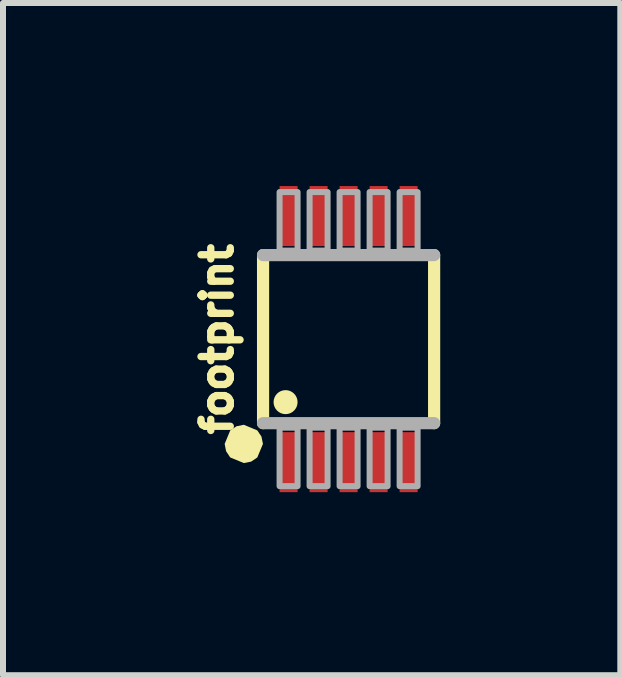
<source format=kicad_pcb>
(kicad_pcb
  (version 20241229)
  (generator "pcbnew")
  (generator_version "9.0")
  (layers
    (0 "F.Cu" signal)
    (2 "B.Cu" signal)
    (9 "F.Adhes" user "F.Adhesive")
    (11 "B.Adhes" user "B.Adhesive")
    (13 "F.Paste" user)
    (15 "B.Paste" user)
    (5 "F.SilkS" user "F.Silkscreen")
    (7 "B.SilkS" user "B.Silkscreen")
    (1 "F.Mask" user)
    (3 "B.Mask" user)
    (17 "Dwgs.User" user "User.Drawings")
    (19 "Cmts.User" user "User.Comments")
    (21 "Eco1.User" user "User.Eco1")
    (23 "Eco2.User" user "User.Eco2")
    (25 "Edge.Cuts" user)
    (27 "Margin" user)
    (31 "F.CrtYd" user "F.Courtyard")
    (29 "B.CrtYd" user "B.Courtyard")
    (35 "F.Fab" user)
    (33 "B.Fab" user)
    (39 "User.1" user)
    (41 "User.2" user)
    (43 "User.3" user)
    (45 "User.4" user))
  (footprint "footprint"
    (layer "F.Cu")
    (at 2.758 2.6)
    (property "Reference" "footprint" (at -1.905 0 90) (layer "F.SilkS") (effects (font (size 0.488 0.488) (thickness 0.122)) (justify bottom)))
    (fp_poly (pts (xy -1.2 2.6) (xy -0.8 2.6) (xy -0.8 1.5) (xy -1.2 1.5)) (stroke (width 0) (type solid)) (fill yes) (layer "F.Mask"))
    (fp_poly (pts (xy -0.8 -2.6) (xy -1.2 -2.6) (xy -1.2 -1.5) (xy -0.8 -1.5)) (stroke (width 0) (type solid)) (fill yes) (layer "F.Mask"))
    (fp_poly (pts (xy -0.7 2.6) (xy -0.3 2.6) (xy -0.3 1.5) (xy -0.7 1.5)) (stroke (width 0) (type solid)) (fill yes) (layer "F.Mask"))
    (fp_poly (pts (xy -0.3 -2.6) (xy -0.7 -2.6) (xy -0.7 -1.5) (xy -0.3 -1.5)) (stroke (width 0) (type solid)) (fill yes) (layer "F.Mask"))
    (fp_poly (pts (xy -0.2 2.6) (xy 0.2 2.6) (xy 0.2 1.5) (xy -0.2 1.5)) (stroke (width 0) (type solid)) (fill yes) (layer "F.Mask"))
    (fp_poly (pts (xy 0.2 -2.6) (xy -0.2 -2.6) (xy -0.2 -1.5) (xy 0.2 -1.5)) (stroke (width 0) (type solid)) (fill yes) (layer "F.Mask"))
    (fp_poly (pts (xy 0.3 2.6) (xy 0.7 2.6) (xy 0.7 1.5) (xy 0.3 1.5)) (stroke (width 0) (type solid)) (fill yes) (layer "F.Mask"))
    (fp_poly (pts (xy 0.7 -2.6) (xy 0.3 -2.6) (xy 0.3 -1.5) (xy 0.7 -1.5)) (stroke (width 0) (type solid)) (fill yes) (layer "F.Mask"))
    (fp_poly (pts (xy 0.8 2.6) (xy 1.2 2.6) (xy 1.2 1.5) (xy 0.8 1.5)) (stroke (width 0) (type solid)) (fill yes) (layer "F.Mask"))
    (fp_poly (pts (xy 1.2 -2.6) (xy 0.8 -2.6) (xy 0.8 -1.5) (xy 1.2 -1.5)) (stroke (width 0) (type solid)) (fill yes) (layer "F.Mask"))
    (fp_line (start -1.425 -1.4) (end -1.425 1.4) (stroke (width 0.203) (type solid)) (layer "F.SilkS"))
    (fp_line (start 1.425 1.4) (end 1.425 -1.4) (stroke (width 0.203) (type solid)) (layer "F.SilkS"))
    (fp_circle (center -1.05 1.05) (end -0.95 1.05) (stroke (width 0.2) (type solid)) (fill yes) (layer "F.SilkS"))
    (fp_poly (pts (xy -1.521 1.521) (xy -1.452 1.624) (xy -1.427 1.746) (xy -1.521 1.972) (xy -1.624 2.041) (xy -1.746 2.065) (xy -1.972 1.972) (xy -2.041 1.868) (xy -2.065 1.746) (xy -1.972 1.521) (xy -1.868 1.452) (xy -1.746 1.427)) (stroke (width 0) (type solid)) (fill yes) (layer "F.SilkS"))
    (fp_poly (pts (xy -1.125 2.5) (xy -0.875 2.5) (xy -0.875 1.625) (xy -1.125 1.625)) (stroke (width 0) (type solid)) (fill yes) (layer "F.Paste"))
    (fp_poly (pts (xy -0.875 -2.5) (xy -1.125 -2.5) (xy -1.125 -1.625) (xy -0.875 -1.625)) (stroke (width 0) (type solid)) (fill yes) (layer "F.Paste"))
    (fp_poly (pts (xy -0.625 2.5) (xy -0.375 2.5) (xy -0.375 1.625) (xy -0.625 1.625)) (stroke (width 0) (type solid)) (fill yes) (layer "F.Paste"))
    (fp_poly (pts (xy -0.375 -2.5) (xy -0.625 -2.5) (xy -0.625 -1.625) (xy -0.375 -1.625)) (stroke (width 0) (type solid)) (fill yes) (layer "F.Paste"))
    (fp_poly (pts (xy -0.125 2.5) (xy 0.125 2.5) (xy 0.125 1.625) (xy -0.125 1.625)) (stroke (width 0) (type solid)) (fill yes) (layer "F.Paste"))
    (fp_poly (pts (xy 0.125 -2.5) (xy -0.125 -2.5) (xy -0.125 -1.625) (xy 0.125 -1.625)) (stroke (width 0) (type solid)) (fill yes) (layer "F.Paste"))
    (fp_poly (pts (xy 0.375 2.5) (xy 0.625 2.5) (xy 0.625 1.625) (xy 0.375 1.625)) (stroke (width 0) (type solid)) (fill yes) (layer "F.Paste"))
    (fp_poly (pts (xy 0.625 -2.5) (xy 0.375 -2.5) (xy 0.375 -1.625) (xy 0.625 -1.625)) (stroke (width 0) (type solid)) (fill yes) (layer "F.Paste"))
    (fp_poly (pts (xy 0.875 2.5) (xy 1.125 2.5) (xy 1.125 1.625) (xy 0.875 1.625)) (stroke (width 0) (type solid)) (fill yes) (layer "F.Paste"))
    (fp_poly (pts (xy 1.125 -2.5) (xy 0.875 -2.5) (xy 0.875 -1.625) (xy 1.125 -1.625)) (stroke (width 0) (type solid)) (fill yes) (layer "F.Paste"))
    (fp_line (start -1.425 1.4) (end 1.425 1.4) (stroke (width 0.203) (type solid)) (layer "F.Fab"))
    (fp_line (start 1.425 -1.4) (end -1.425 -1.4) (stroke (width 0.203) (type solid)) (layer "F.Fab"))
    (fp_poly (pts (xy -1.15 2.45) (xy -0.85 2.45) (xy -0.85 1.475) (xy -1.15 1.475)) (stroke (width 0.1) (type solid)) (fill no) (layer "F.Fab"))
    (fp_poly (pts (xy -0.85 -2.45) (xy -1.15 -2.45) (xy -1.15 -1.475) (xy -0.85 -1.475)) (stroke (width 0.1) (type solid)) (fill no) (layer "F.Fab"))
    (fp_poly (pts (xy -0.65 2.45) (xy -0.35 2.45) (xy -0.35 1.475) (xy -0.65 1.475)) (stroke (width 0.1) (type solid)) (fill no) (layer "F.Fab"))
    (fp_poly (pts (xy -0.35 -2.45) (xy -0.65 -2.45) (xy -0.65 -1.475) (xy -0.35 -1.475)) (stroke (width 0.1) (type solid)) (fill no) (layer "F.Fab"))
    (fp_poly (pts (xy -0.15 2.45) (xy 0.15 2.45) (xy 0.15 1.475) (xy -0.15 1.475)) (stroke (width 0.1) (type solid)) (fill no) (layer "F.Fab"))
    (fp_poly (pts (xy 0.15 -2.45) (xy -0.15 -2.45) (xy -0.15 -1.475) (xy 0.15 -1.475)) (stroke (width 0.1) (type solid)) (fill no) (layer "F.Fab"))
    (fp_poly (pts (xy 0.35 2.45) (xy 0.65 2.45) (xy 0.65 1.475) (xy 0.35 1.475)) (stroke (width 0.1) (type solid)) (fill no) (layer "F.Fab"))
    (fp_poly (pts (xy 0.65 -2.45) (xy 0.35 -2.45) (xy 0.35 -1.475) (xy 0.65 -1.475)) (stroke (width 0.1) (type solid)) (fill no) (layer "F.Fab"))
    (fp_poly (pts (xy 0.85 2.45) (xy 1.15 2.45) (xy 1.15 1.475) (xy 0.85 1.475)) (stroke (width 0.1) (type solid)) (fill no) (layer "F.Fab"))
    (fp_poly (pts (xy 1.15 -2.45) (xy 0.85 -2.45) (xy 0.85 -1.475) (xy 1.15 -1.475)) (stroke (width 0.1) (type solid)) (fill no) (layer "F.Fab"))
    (pad "1" smd rect (at -1 2.05) (size 0.3 1) (layers "F.Cu"))
    (pad "2" smd rect (at -0.5 2.05) (size 0.3 1) (layers "F.Cu"))
    (pad "3" smd rect (at 0 2.05) (size 0.3 1) (layers "F.Cu"))
    (pad "4" smd rect (at 0.5 2.05) (size 0.3 1) (layers "F.Cu"))
    (pad "5" smd rect (at 1 2.05) (size 0.3 1) (layers "F.Cu"))
    (pad "6" smd rect (at 1 -2.05 180) (size 0.3 1) (layers "F.Cu"))
    (pad "7" smd rect (at 0.5 -2.05 180) (size 0.3 1) (layers "F.Cu"))
    (pad "8" smd rect (at 0 -2.05 180) (size 0.3 1) (layers "F.Cu"))
    (pad "9" smd rect (at -0.5 -2.05 180) (size 0.3 1) (layers "F.Cu"))
    (pad "10" smd rect (at -1 -2.05 180) (size 0.3 1) (layers "F.Cu")))
  (gr_rect
    (start -3 -3)
    (end 7.285 8.2)
    (stroke (width 0.1) (type default))
    (fill no)
    (layer "Edge.Cuts")))
</source>
